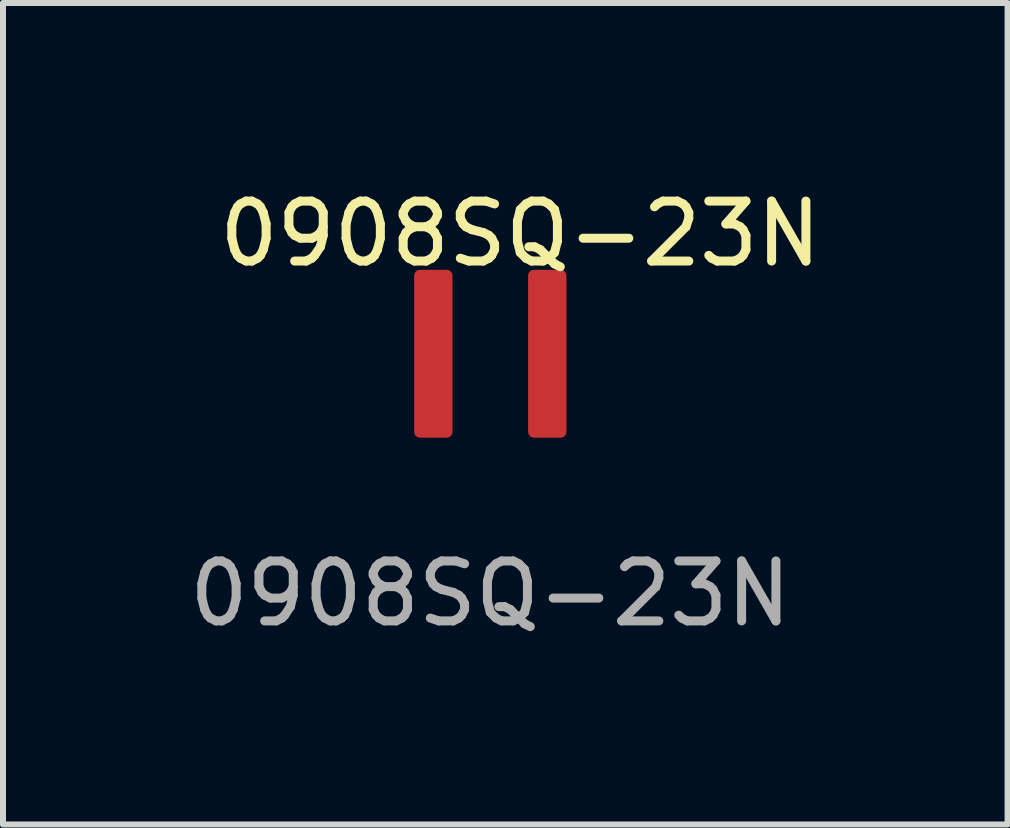
<source format=kicad_pcb>
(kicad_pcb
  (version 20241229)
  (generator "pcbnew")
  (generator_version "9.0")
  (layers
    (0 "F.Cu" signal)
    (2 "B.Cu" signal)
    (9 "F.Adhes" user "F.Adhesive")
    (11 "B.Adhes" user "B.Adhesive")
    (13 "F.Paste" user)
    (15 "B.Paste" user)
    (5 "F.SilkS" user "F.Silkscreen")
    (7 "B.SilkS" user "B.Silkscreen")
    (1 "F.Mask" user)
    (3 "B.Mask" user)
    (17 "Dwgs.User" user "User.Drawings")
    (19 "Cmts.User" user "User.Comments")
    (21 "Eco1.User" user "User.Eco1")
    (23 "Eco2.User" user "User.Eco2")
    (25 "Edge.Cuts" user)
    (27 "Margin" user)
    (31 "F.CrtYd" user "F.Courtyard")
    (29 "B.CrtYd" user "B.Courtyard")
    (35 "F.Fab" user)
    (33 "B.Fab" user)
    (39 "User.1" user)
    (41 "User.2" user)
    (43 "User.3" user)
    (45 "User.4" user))
  (footprint "0908SQ-23N"
    (layer "F.Cu")
    (at 5.125 2.848)
    (property "Reference" "0908SQ-23N" (at 0.5 -2 0) (unlocked yes) (layer "F.SilkS") (effects (font (size 1 1) (thickness 0.15))))
    (attr smd)
    (fp_text user "${REFERENCE}" (at 0 4 0) (unlocked yes) (layer "F.Fab") (effects (font (size 1 1) (thickness 0.15))))
    (pad "1" smd roundrect (at -0.95 0) (size 0.64 2.8) (layers "F.Cu" "F.Mask" "F.Paste") (roundrect_rratio 0.15))
    (pad "2" smd roundrect (at 0.95 0) (size 0.64 2.8) (layers "F.Cu" "F.Mask" "F.Paste") (roundrect_rratio 0.15)))
  (gr_rect
    (start -3 -3)
    (end 13.75 10.697)
    (stroke (width 0.1) (type default))
    (fill no)
    (layer "Edge.Cuts")))
</source>
